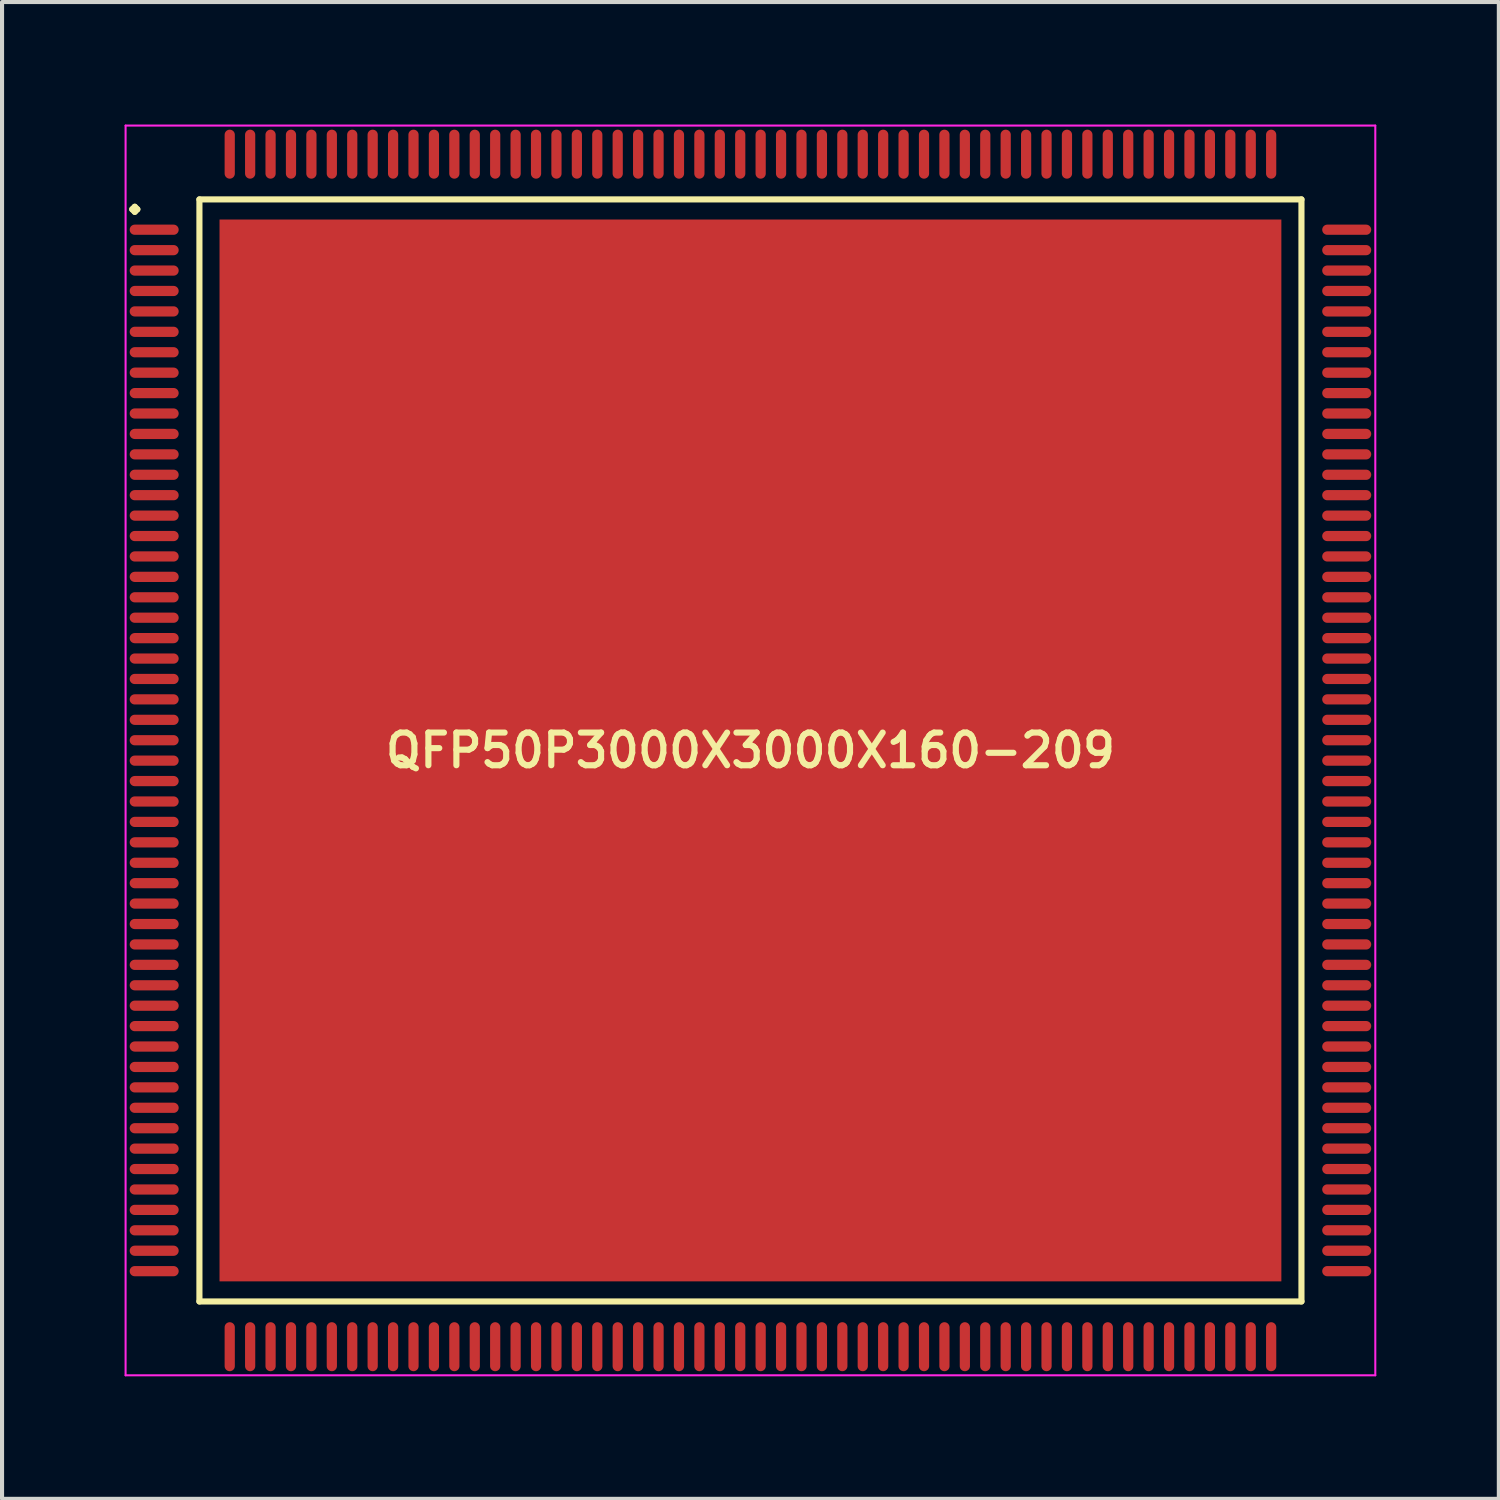
<source format=kicad_pcb>
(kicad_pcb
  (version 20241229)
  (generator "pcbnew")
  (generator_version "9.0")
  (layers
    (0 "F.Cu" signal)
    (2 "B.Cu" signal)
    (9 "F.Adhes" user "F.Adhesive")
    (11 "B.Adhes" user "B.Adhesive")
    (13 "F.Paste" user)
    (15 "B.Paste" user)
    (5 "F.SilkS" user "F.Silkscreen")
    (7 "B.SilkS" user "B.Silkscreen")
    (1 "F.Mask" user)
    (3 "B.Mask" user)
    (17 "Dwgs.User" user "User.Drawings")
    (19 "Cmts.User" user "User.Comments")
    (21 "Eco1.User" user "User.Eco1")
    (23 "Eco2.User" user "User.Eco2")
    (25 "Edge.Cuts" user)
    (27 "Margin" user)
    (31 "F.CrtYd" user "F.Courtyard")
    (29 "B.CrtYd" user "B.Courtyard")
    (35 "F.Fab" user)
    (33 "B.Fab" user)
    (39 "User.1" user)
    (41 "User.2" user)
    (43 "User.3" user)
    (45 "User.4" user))
  (footprint "QFP50P3000X3000X160-209"
    (layer "F.Cu")
    (at 15.325 15.325)
    (property "Reference" "QFP50P3000X3000X160-209" (at 0 0 0) (layer "F.SilkS") (effects (font (size 0.8 0.8) (thickness 0.15))))
    (attr smd)
    (fp_line (start -15.137 -13.25) (end -15.075 -13.312) (stroke (width 0.15) (type solid)) (layer "F.SilkS"))
    (fp_line (start -15.075 -13.312) (end -15.012 -13.25) (stroke (width 0.15) (type solid)) (layer "F.SilkS"))
    (fp_line (start -15.075 -13.188) (end -15.137 -13.25) (stroke (width 0.15) (type solid)) (layer "F.SilkS"))
    (fp_line (start -15.012 -13.25) (end -15.075 -13.188) (stroke (width 0.15) (type solid)) (layer "F.SilkS"))
    (fp_line (start -13.492 -13.492) (end -13.492 13.492) (stroke (width 0.15) (type solid)) (layer "F.SilkS"))
    (fp_line (start -13.492 13.492) (end 13.492 13.492) (stroke (width 0.15) (type solid)) (layer "F.SilkS"))
    (fp_line (start 13.492 -13.492) (end -13.492 -13.492) (stroke (width 0.15) (type solid)) (layer "F.SilkS"))
    (fp_line (start 13.492 13.492) (end 13.492 -13.492) (stroke (width 0.15) (type solid)) (layer "F.SilkS"))
    (fp_line (start -15.3 -15.3) (end 15.3 -15.3) (stroke (width 0.05) (type solid)) (layer "F.CrtYd"))
    (fp_line (start -15.3 15.3) (end -15.3 -15.3) (stroke (width 0.05) (type solid)) (layer "F.CrtYd"))
    (fp_line (start 15.3 -15.3) (end 15.3 15.3) (stroke (width 0.05) (type solid)) (layer "F.CrtYd"))
    (fp_line (start 15.3 15.3) (end -15.3 15.3) (stroke (width 0.05) (type solid)) (layer "F.CrtYd"))
    (pad "1" smd oval (at -14.6 -12.75) (size 1.2 0.25) (layers "F.Cu" "F.Mask" "F.Paste"))
    (pad "2" smd oval (at -14.6 -12.25) (size 1.2 0.25) (layers "F.Cu" "F.Mask" "F.Paste"))
    (pad "3" smd oval (at -14.6 -11.75) (size 1.2 0.25) (layers "F.Cu" "F.Mask" "F.Paste"))
    (pad "4" smd oval (at -14.6 -11.25) (size 1.2 0.25) (layers "F.Cu" "F.Mask" "F.Paste"))
    (pad "5" smd oval (at -14.6 -10.75) (size 1.2 0.25) (layers "F.Cu" "F.Mask" "F.Paste"))
    (pad "6" smd oval (at -14.6 -10.25) (size 1.2 0.25) (layers "F.Cu" "F.Mask" "F.Paste"))
    (pad "7" smd oval (at -14.6 -9.75) (size 1.2 0.25) (layers "F.Cu" "F.Mask" "F.Paste"))
    (pad "8" smd oval (at -14.6 -9.25) (size 1.2 0.25) (layers "F.Cu" "F.Mask" "F.Paste"))
    (pad "9" smd oval (at -14.6 -8.75) (size 1.2 0.25) (layers "F.Cu" "F.Mask" "F.Paste"))
    (pad "10" smd oval (at -14.6 -8.25) (size 1.2 0.25) (layers "F.Cu" "F.Mask" "F.Paste"))
    (pad "11" smd oval (at -14.6 -7.75) (size 1.2 0.25) (layers "F.Cu" "F.Mask" "F.Paste"))
    (pad "12" smd oval (at -14.6 -7.25) (size 1.2 0.25) (layers "F.Cu" "F.Mask" "F.Paste"))
    (pad "13" smd oval (at -14.6 -6.75) (size 1.2 0.25) (layers "F.Cu" "F.Mask" "F.Paste"))
    (pad "14" smd oval (at -14.6 -6.25) (size 1.2 0.25) (layers "F.Cu" "F.Mask" "F.Paste"))
    (pad "15" smd oval (at -14.6 -5.75) (size 1.2 0.25) (layers "F.Cu" "F.Mask" "F.Paste"))
    (pad "16" smd oval (at -14.6 -5.25) (size 1.2 0.25) (layers "F.Cu" "F.Mask" "F.Paste"))
    (pad "17" smd oval (at -14.6 -4.75) (size 1.2 0.25) (layers "F.Cu" "F.Mask" "F.Paste"))
    (pad "18" smd oval (at -14.6 -4.25) (size 1.2 0.25) (layers "F.Cu" "F.Mask" "F.Paste"))
    (pad "19" smd oval (at -14.6 -3.75) (size 1.2 0.25) (layers "F.Cu" "F.Mask" "F.Paste"))
    (pad "20" smd oval (at -14.6 -3.25) (size 1.2 0.25) (layers "F.Cu" "F.Mask" "F.Paste"))
    (pad "21" smd oval (at -14.6 -2.75) (size 1.2 0.25) (layers "F.Cu" "F.Mask" "F.Paste"))
    (pad "22" smd oval (at -14.6 -2.25) (size 1.2 0.25) (layers "F.Cu" "F.Mask" "F.Paste"))
    (pad "23" smd oval (at -14.6 -1.75) (size 1.2 0.25) (layers "F.Cu" "F.Mask" "F.Paste"))
    (pad "24" smd oval (at -14.6 -1.25) (size 1.2 0.25) (layers "F.Cu" "F.Mask" "F.Paste"))
    (pad "25" smd oval (at -14.6 -0.75) (size 1.2 0.25) (layers "F.Cu" "F.Mask" "F.Paste"))
    (pad "26" smd oval (at -14.6 -0.25) (size 1.2 0.25) (layers "F.Cu" "F.Mask" "F.Paste"))
    (pad "27" smd oval (at -14.6 0.25) (size 1.2 0.25) (layers "F.Cu" "F.Mask" "F.Paste"))
    (pad "28" smd oval (at -14.6 0.75) (size 1.2 0.25) (layers "F.Cu" "F.Mask" "F.Paste"))
    (pad "29" smd oval (at -14.6 1.25) (size 1.2 0.25) (layers "F.Cu" "F.Mask" "F.Paste"))
    (pad "30" smd oval (at -14.6 1.75) (size 1.2 0.25) (layers "F.Cu" "F.Mask" "F.Paste"))
    (pad "31" smd oval (at -14.6 2.25) (size 1.2 0.25) (layers "F.Cu" "F.Mask" "F.Paste"))
    (pad "32" smd oval (at -14.6 2.75) (size 1.2 0.25) (layers "F.Cu" "F.Mask" "F.Paste"))
    (pad "33" smd oval (at -14.6 3.25) (size 1.2 0.25) (layers "F.Cu" "F.Mask" "F.Paste"))
    (pad "34" smd oval (at -14.6 3.75) (size 1.2 0.25) (layers "F.Cu" "F.Mask" "F.Paste"))
    (pad "35" smd oval (at -14.6 4.25) (size 1.2 0.25) (layers "F.Cu" "F.Mask" "F.Paste"))
    (pad "36" smd oval (at -14.6 4.75) (size 1.2 0.25) (layers "F.Cu" "F.Mask" "F.Paste"))
    (pad "37" smd oval (at -14.6 5.25) (size 1.2 0.25) (layers "F.Cu" "F.Mask" "F.Paste"))
    (pad "38" smd oval (at -14.6 5.75) (size 1.2 0.25) (layers "F.Cu" "F.Mask" "F.Paste"))
    (pad "39" smd oval (at -14.6 6.25) (size 1.2 0.25) (layers "F.Cu" "F.Mask" "F.Paste"))
    (pad "40" smd oval (at -14.6 6.75) (size 1.2 0.25) (layers "F.Cu" "F.Mask" "F.Paste"))
    (pad "41" smd oval (at -14.6 7.25) (size 1.2 0.25) (layers "F.Cu" "F.Mask" "F.Paste"))
    (pad "42" smd oval (at -14.6 7.75) (size 1.2 0.25) (layers "F.Cu" "F.Mask" "F.Paste"))
    (pad "43" smd oval (at -14.6 8.25) (size 1.2 0.25) (layers "F.Cu" "F.Mask" "F.Paste"))
    (pad "44" smd oval (at -14.6 8.75) (size 1.2 0.25) (layers "F.Cu" "F.Mask" "F.Paste"))
    (pad "45" smd oval (at -14.6 9.25) (size 1.2 0.25) (layers "F.Cu" "F.Mask" "F.Paste"))
    (pad "46" smd oval (at -14.6 9.75) (size 1.2 0.25) (layers "F.Cu" "F.Mask" "F.Paste"))
    (pad "47" smd oval (at -14.6 10.25) (size 1.2 0.25) (layers "F.Cu" "F.Mask" "F.Paste"))
    (pad "48" smd oval (at -14.6 10.75) (size 1.2 0.25) (layers "F.Cu" "F.Mask" "F.Paste"))
    (pad "49" smd oval (at -14.6 11.25) (size 1.2 0.25) (layers "F.Cu" "F.Mask" "F.Paste"))
    (pad "50" smd oval (at -14.6 11.75) (size 1.2 0.25) (layers "F.Cu" "F.Mask" "F.Paste"))
    (pad "51" smd oval (at -14.6 12.25) (size 1.2 0.25) (layers "F.Cu" "F.Mask" "F.Paste"))
    (pad "52" smd oval (at -14.6 12.75) (size 1.2 0.25) (layers "F.Cu" "F.Mask" "F.Paste"))
    (pad "53" smd oval (at -12.75 14.6) (size 0.25 1.2) (layers "F.Cu" "F.Mask" "F.Paste"))
    (pad "54" smd oval (at -12.25 14.6) (size 0.25 1.2) (layers "F.Cu" "F.Mask" "F.Paste"))
    (pad "55" smd oval (at -11.75 14.6) (size 0.25 1.2) (layers "F.Cu" "F.Mask" "F.Paste"))
    (pad "56" smd oval (at -11.25 14.6) (size 0.25 1.2) (layers "F.Cu" "F.Mask" "F.Paste"))
    (pad "57" smd oval (at -10.75 14.6) (size 0.25 1.2) (layers "F.Cu" "F.Mask" "F.Paste"))
    (pad "58" smd oval (at -10.25 14.6) (size 0.25 1.2) (layers "F.Cu" "F.Mask" "F.Paste"))
    (pad "59" smd oval (at -9.75 14.6) (size 0.25 1.2) (layers "F.Cu" "F.Mask" "F.Paste"))
    (pad "60" smd oval (at -9.25 14.6) (size 0.25 1.2) (layers "F.Cu" "F.Mask" "F.Paste"))
    (pad "61" smd oval (at -8.75 14.6) (size 0.25 1.2) (layers "F.Cu" "F.Mask" "F.Paste"))
    (pad "62" smd oval (at -8.25 14.6) (size 0.25 1.2) (layers "F.Cu" "F.Mask" "F.Paste"))
    (pad "63" smd oval (at -7.75 14.6) (size 0.25 1.2) (layers "F.Cu" "F.Mask" "F.Paste"))
    (pad "64" smd oval (at -7.25 14.6) (size 0.25 1.2) (layers "F.Cu" "F.Mask" "F.Paste"))
    (pad "65" smd oval (at -6.75 14.6) (size 0.25 1.2) (layers "F.Cu" "F.Mask" "F.Paste"))
    (pad "66" smd oval (at -6.25 14.6) (size 0.25 1.2) (layers "F.Cu" "F.Mask" "F.Paste"))
    (pad "67" smd oval (at -5.75 14.6) (size 0.25 1.2) (layers "F.Cu" "F.Mask" "F.Paste"))
    (pad "68" smd oval (at -5.25 14.6) (size 0.25 1.2) (layers "F.Cu" "F.Mask" "F.Paste"))
    (pad "69" smd oval (at -4.75 14.6) (size 0.25 1.2) (layers "F.Cu" "F.Mask" "F.Paste"))
    (pad "70" smd oval (at -4.25 14.6) (size 0.25 1.2) (layers "F.Cu" "F.Mask" "F.Paste"))
    (pad "71" smd oval (at -3.75 14.6) (size 0.25 1.2) (layers "F.Cu" "F.Mask" "F.Paste"))
    (pad "72" smd oval (at -3.25 14.6) (size 0.25 1.2) (layers "F.Cu" "F.Mask" "F.Paste"))
    (pad "73" smd oval (at -2.75 14.6) (size 0.25 1.2) (layers "F.Cu" "F.Mask" "F.Paste"))
    (pad "74" smd oval (at -2.25 14.6) (size 0.25 1.2) (layers "F.Cu" "F.Mask" "F.Paste"))
    (pad "75" smd oval (at -1.75 14.6) (size 0.25 1.2) (layers "F.Cu" "F.Mask" "F.Paste"))
    (pad "76" smd oval (at -1.25 14.6) (size 0.25 1.2) (layers "F.Cu" "F.Mask" "F.Paste"))
    (pad "77" smd oval (at -0.75 14.6) (size 0.25 1.2) (layers "F.Cu" "F.Mask" "F.Paste"))
    (pad "78" smd oval (at -0.25 14.6) (size 0.25 1.2) (layers "F.Cu" "F.Mask" "F.Paste"))
    (pad "79" smd oval (at 0.25 14.6) (size 0.25 1.2) (layers "F.Cu" "F.Mask" "F.Paste"))
    (pad "80" smd oval (at 0.75 14.6) (size 0.25 1.2) (layers "F.Cu" "F.Mask" "F.Paste"))
    (pad "81" smd oval (at 1.25 14.6) (size 0.25 1.2) (layers "F.Cu" "F.Mask" "F.Paste"))
    (pad "82" smd oval (at 1.75 14.6) (size 0.25 1.2) (layers "F.Cu" "F.Mask" "F.Paste"))
    (pad "83" smd oval (at 2.25 14.6) (size 0.25 1.2) (layers "F.Cu" "F.Mask" "F.Paste"))
    (pad "84" smd oval (at 2.75 14.6) (size 0.25 1.2) (layers "F.Cu" "F.Mask" "F.Paste"))
    (pad "85" smd oval (at 3.25 14.6) (size 0.25 1.2) (layers "F.Cu" "F.Mask" "F.Paste"))
    (pad "86" smd oval (at 3.75 14.6) (size 0.25 1.2) (layers "F.Cu" "F.Mask" "F.Paste"))
    (pad "87" smd oval (at 4.25 14.6) (size 0.25 1.2) (layers "F.Cu" "F.Mask" "F.Paste"))
    (pad "88" smd oval (at 4.75 14.6) (size 0.25 1.2) (layers "F.Cu" "F.Mask" "F.Paste"))
    (pad "89" smd oval (at 5.25 14.6) (size 0.25 1.2) (layers "F.Cu" "F.Mask" "F.Paste"))
    (pad "90" smd oval (at 5.75 14.6) (size 0.25 1.2) (layers "F.Cu" "F.Mask" "F.Paste"))
    (pad "91" smd oval (at 6.25 14.6) (size 0.25 1.2) (layers "F.Cu" "F.Mask" "F.Paste"))
    (pad "92" smd oval (at 6.75 14.6) (size 0.25 1.2) (layers "F.Cu" "F.Mask" "F.Paste"))
    (pad "93" smd oval (at 7.25 14.6) (size 0.25 1.2) (layers "F.Cu" "F.Mask" "F.Paste"))
    (pad "94" smd oval (at 7.75 14.6) (size 0.25 1.2) (layers "F.Cu" "F.Mask" "F.Paste"))
    (pad "95" smd oval (at 8.25 14.6) (size 0.25 1.2) (layers "F.Cu" "F.Mask" "F.Paste"))
    (pad "96" smd oval (at 8.75 14.6) (size 0.25 1.2) (layers "F.Cu" "F.Mask" "F.Paste"))
    (pad "97" smd oval (at 9.25 14.6) (size 0.25 1.2) (layers "F.Cu" "F.Mask" "F.Paste"))
    (pad "98" smd oval (at 9.75 14.6) (size 0.25 1.2) (layers "F.Cu" "F.Mask" "F.Paste"))
    (pad "99" smd oval (at 10.25 14.6) (size 0.25 1.2) (layers "F.Cu" "F.Mask" "F.Paste"))
    (pad "100" smd oval (at 10.75 14.6) (size 0.25 1.2) (layers "F.Cu" "F.Mask" "F.Paste"))
    (pad "101" smd oval (at 11.25 14.6) (size 0.25 1.2) (layers "F.Cu" "F.Mask" "F.Paste"))
    (pad "102" smd oval (at 11.75 14.6) (size 0.25 1.2) (layers "F.Cu" "F.Mask" "F.Paste"))
    (pad "103" smd oval (at 12.25 14.6) (size 0.25 1.2) (layers "F.Cu" "F.Mask" "F.Paste"))
    (pad "104" smd oval (at 12.75 14.6) (size 0.25 1.2) (layers "F.Cu" "F.Mask" "F.Paste"))
    (pad "105" smd oval (at 14.6 12.75) (size 1.2 0.25) (layers "F.Cu" "F.Mask" "F.Paste"))
    (pad "106" smd oval (at 14.6 12.25) (size 1.2 0.25) (layers "F.Cu" "F.Mask" "F.Paste"))
    (pad "107" smd oval (at 14.6 11.75) (size 1.2 0.25) (layers "F.Cu" "F.Mask" "F.Paste"))
    (pad "108" smd oval (at 14.6 11.25) (size 1.2 0.25) (layers "F.Cu" "F.Mask" "F.Paste"))
    (pad "109" smd oval (at 14.6 10.75) (size 1.2 0.25) (layers "F.Cu" "F.Mask" "F.Paste"))
    (pad "110" smd oval (at 14.6 10.25) (size 1.2 0.25) (layers "F.Cu" "F.Mask" "F.Paste"))
    (pad "111" smd oval (at 14.6 9.75) (size 1.2 0.25) (layers "F.Cu" "F.Mask" "F.Paste"))
    (pad "112" smd oval (at 14.6 9.25) (size 1.2 0.25) (layers "F.Cu" "F.Mask" "F.Paste"))
    (pad "113" smd oval (at 14.6 8.75) (size 1.2 0.25) (layers "F.Cu" "F.Mask" "F.Paste"))
    (pad "114" smd oval (at 14.6 8.25) (size 1.2 0.25) (layers "F.Cu" "F.Mask" "F.Paste"))
    (pad "115" smd oval (at 14.6 7.75) (size 1.2 0.25) (layers "F.Cu" "F.Mask" "F.Paste"))
    (pad "116" smd oval (at 14.6 7.25) (size 1.2 0.25) (layers "F.Cu" "F.Mask" "F.Paste"))
    (pad "117" smd oval (at 14.6 6.75) (size 1.2 0.25) (layers "F.Cu" "F.Mask" "F.Paste"))
    (pad "118" smd oval (at 14.6 6.25) (size 1.2 0.25) (layers "F.Cu" "F.Mask" "F.Paste"))
    (pad "119" smd oval (at 14.6 5.75) (size 1.2 0.25) (layers "F.Cu" "F.Mask" "F.Paste"))
    (pad "120" smd oval (at 14.6 5.25) (size 1.2 0.25) (layers "F.Cu" "F.Mask" "F.Paste"))
    (pad "121" smd oval (at 14.6 4.75) (size 1.2 0.25) (layers "F.Cu" "F.Mask" "F.Paste"))
    (pad "122" smd oval (at 14.6 4.25) (size 1.2 0.25) (layers "F.Cu" "F.Mask" "F.Paste"))
    (pad "123" smd oval (at 14.6 3.75) (size 1.2 0.25) (layers "F.Cu" "F.Mask" "F.Paste"))
    (pad "124" smd oval (at 14.6 3.25) (size 1.2 0.25) (layers "F.Cu" "F.Mask" "F.Paste"))
    (pad "125" smd oval (at 14.6 2.75) (size 1.2 0.25) (layers "F.Cu" "F.Mask" "F.Paste"))
    (pad "126" smd oval (at 14.6 2.25) (size 1.2 0.25) (layers "F.Cu" "F.Mask" "F.Paste"))
    (pad "127" smd oval (at 14.6 1.75) (size 1.2 0.25) (layers "F.Cu" "F.Mask" "F.Paste"))
    (pad "128" smd oval (at 14.6 1.25) (size 1.2 0.25) (layers "F.Cu" "F.Mask" "F.Paste"))
    (pad "129" smd oval (at 14.6 0.75) (size 1.2 0.25) (layers "F.Cu" "F.Mask" "F.Paste"))
    (pad "130" smd oval (at 14.6 0.25) (size 1.2 0.25) (layers "F.Cu" "F.Mask" "F.Paste"))
    (pad "131" smd oval (at 14.6 -0.25) (size 1.2 0.25) (layers "F.Cu" "F.Mask" "F.Paste"))
    (pad "132" smd oval (at 14.6 -0.75) (size 1.2 0.25) (layers "F.Cu" "F.Mask" "F.Paste"))
    (pad "133" smd oval (at 14.6 -1.25) (size 1.2 0.25) (layers "F.Cu" "F.Mask" "F.Paste"))
    (pad "134" smd oval (at 14.6 -1.75) (size 1.2 0.25) (layers "F.Cu" "F.Mask" "F.Paste"))
    (pad "135" smd oval (at 14.6 -2.25) (size 1.2 0.25) (layers "F.Cu" "F.Mask" "F.Paste"))
    (pad "136" smd oval (at 14.6 -2.75) (size 1.2 0.25) (layers "F.Cu" "F.Mask" "F.Paste"))
    (pad "137" smd oval (at 14.6 -3.25) (size 1.2 0.25) (layers "F.Cu" "F.Mask" "F.Paste"))
    (pad "138" smd oval (at 14.6 -3.75) (size 1.2 0.25) (layers "F.Cu" "F.Mask" "F.Paste"))
    (pad "139" smd oval (at 14.6 -4.25) (size 1.2 0.25) (layers "F.Cu" "F.Mask" "F.Paste"))
    (pad "140" smd oval (at 14.6 -4.75) (size 1.2 0.25) (layers "F.Cu" "F.Mask" "F.Paste"))
    (pad "141" smd oval (at 14.6 -5.25) (size 1.2 0.25) (layers "F.Cu" "F.Mask" "F.Paste"))
    (pad "142" smd oval (at 14.6 -5.75) (size 1.2 0.25) (layers "F.Cu" "F.Mask" "F.Paste"))
    (pad "143" smd oval (at 14.6 -6.25) (size 1.2 0.25) (layers "F.Cu" "F.Mask" "F.Paste"))
    (pad "144" smd oval (at 14.6 -6.75) (size 1.2 0.25) (layers "F.Cu" "F.Mask" "F.Paste"))
    (pad "145" smd oval (at 14.6 -7.25) (size 1.2 0.25) (layers "F.Cu" "F.Mask" "F.Paste"))
    (pad "146" smd oval (at 14.6 -7.75) (size 1.2 0.25) (layers "F.Cu" "F.Mask" "F.Paste"))
    (pad "147" smd oval (at 14.6 -8.25) (size 1.2 0.25) (layers "F.Cu" "F.Mask" "F.Paste"))
    (pad "148" smd oval (at 14.6 -8.75) (size 1.2 0.25) (layers "F.Cu" "F.Mask" "F.Paste"))
    (pad "149" smd oval (at 14.6 -9.25) (size 1.2 0.25) (layers "F.Cu" "F.Mask" "F.Paste"))
    (pad "150" smd oval (at 14.6 -9.75) (size 1.2 0.25) (layers "F.Cu" "F.Mask" "F.Paste"))
    (pad "151" smd oval (at 14.6 -10.25) (size 1.2 0.25) (layers "F.Cu" "F.Mask" "F.Paste"))
    (pad "152" smd oval (at 14.6 -10.75) (size 1.2 0.25) (layers "F.Cu" "F.Mask" "F.Paste"))
    (pad "153" smd oval (at 14.6 -11.25) (size 1.2 0.25) (layers "F.Cu" "F.Mask" "F.Paste"))
    (pad "154" smd oval (at 14.6 -11.75) (size 1.2 0.25) (layers "F.Cu" "F.Mask" "F.Paste"))
    (pad "155" smd oval (at 14.6 -12.25) (size 1.2 0.25) (layers "F.Cu" "F.Mask" "F.Paste"))
    (pad "156" smd oval (at 14.6 -12.75) (size 1.2 0.25) (layers "F.Cu" "F.Mask" "F.Paste"))
    (pad "157" smd oval (at 12.75 -14.6) (size 0.25 1.2) (layers "F.Cu" "F.Mask" "F.Paste"))
    (pad "158" smd oval (at 12.25 -14.6) (size 0.25 1.2) (layers "F.Cu" "F.Mask" "F.Paste"))
    (pad "159" smd oval (at 11.75 -14.6) (size 0.25 1.2) (layers "F.Cu" "F.Mask" "F.Paste"))
    (pad "160" smd oval (at 11.25 -14.6) (size 0.25 1.2) (layers "F.Cu" "F.Mask" "F.Paste"))
    (pad "161" smd oval (at 10.75 -14.6) (size 0.25 1.2) (layers "F.Cu" "F.Mask" "F.Paste"))
    (pad "162" smd oval (at 10.25 -14.6) (size 0.25 1.2) (layers "F.Cu" "F.Mask" "F.Paste"))
    (pad "163" smd oval (at 9.75 -14.6) (size 0.25 1.2) (layers "F.Cu" "F.Mask" "F.Paste"))
    (pad "164" smd oval (at 9.25 -14.6) (size 0.25 1.2) (layers "F.Cu" "F.Mask" "F.Paste"))
    (pad "165" smd oval (at 8.75 -14.6) (size 0.25 1.2) (layers "F.Cu" "F.Mask" "F.Paste"))
    (pad "166" smd oval (at 8.25 -14.6) (size 0.25 1.2) (layers "F.Cu" "F.Mask" "F.Paste"))
    (pad "167" smd oval (at 7.75 -14.6) (size 0.25 1.2) (layers "F.Cu" "F.Mask" "F.Paste"))
    (pad "168" smd oval (at 7.25 -14.6) (size 0.25 1.2) (layers "F.Cu" "F.Mask" "F.Paste"))
    (pad "169" smd oval (at 6.75 -14.6) (size 0.25 1.2) (layers "F.Cu" "F.Mask" "F.Paste"))
    (pad "170" smd oval (at 6.25 -14.6) (size 0.25 1.2) (layers "F.Cu" "F.Mask" "F.Paste"))
    (pad "171" smd oval (at 5.75 -14.6) (size 0.25 1.2) (layers "F.Cu" "F.Mask" "F.Paste"))
    (pad "172" smd oval (at 5.25 -14.6) (size 0.25 1.2) (layers "F.Cu" "F.Mask" "F.Paste"))
    (pad "173" smd oval (at 4.75 -14.6) (size 0.25 1.2) (layers "F.Cu" "F.Mask" "F.Paste"))
    (pad "174" smd oval (at 4.25 -14.6) (size 0.25 1.2) (layers "F.Cu" "F.Mask" "F.Paste"))
    (pad "175" smd oval (at 3.75 -14.6) (size 0.25 1.2) (layers "F.Cu" "F.Mask" "F.Paste"))
    (pad "176" smd oval (at 3.25 -14.6) (size 0.25 1.2) (layers "F.Cu" "F.Mask" "F.Paste"))
    (pad "177" smd oval (at 2.75 -14.6) (size 0.25 1.2) (layers "F.Cu" "F.Mask" "F.Paste"))
    (pad "178" smd oval (at 2.25 -14.6) (size 0.25 1.2) (layers "F.Cu" "F.Mask" "F.Paste"))
    (pad "179" smd oval (at 1.75 -14.6) (size 0.25 1.2) (layers "F.Cu" "F.Mask" "F.Paste"))
    (pad "180" smd oval (at 1.25 -14.6) (size 0.25 1.2) (layers "F.Cu" "F.Mask" "F.Paste"))
    (pad "181" smd oval (at 0.75 -14.6) (size 0.25 1.2) (layers "F.Cu" "F.Mask" "F.Paste"))
    (pad "182" smd oval (at 0.25 -14.6) (size 0.25 1.2) (layers "F.Cu" "F.Mask" "F.Paste"))
    (pad "183" smd oval (at -0.25 -14.6) (size 0.25 1.2) (layers "F.Cu" "F.Mask" "F.Paste"))
    (pad "184" smd oval (at -0.75 -14.6) (size 0.25 1.2) (layers "F.Cu" "F.Mask" "F.Paste"))
    (pad "185" smd oval (at -1.25 -14.6) (size 0.25 1.2) (layers "F.Cu" "F.Mask" "F.Paste"))
    (pad "186" smd oval (at -1.75 -14.6) (size 0.25 1.2) (layers "F.Cu" "F.Mask" "F.Paste"))
    (pad "187" smd oval (at -2.25 -14.6) (size 0.25 1.2) (layers "F.Cu" "F.Mask" "F.Paste"))
    (pad "188" smd oval (at -2.75 -14.6) (size 0.25 1.2) (layers "F.Cu" "F.Mask" "F.Paste"))
    (pad "189" smd oval (at -3.25 -14.6) (size 0.25 1.2) (layers "F.Cu" "F.Mask" "F.Paste"))
    (pad "190" smd oval (at -3.75 -14.6) (size 0.25 1.2) (layers "F.Cu" "F.Mask" "F.Paste"))
    (pad "191" smd oval (at -4.25 -14.6) (size 0.25 1.2) (layers "F.Cu" "F.Mask" "F.Paste"))
    (pad "192" smd oval (at -4.75 -14.6) (size 0.25 1.2) (layers "F.Cu" "F.Mask" "F.Paste"))
    (pad "193" smd oval (at -5.25 -14.6) (size 0.25 1.2) (layers "F.Cu" "F.Mask" "F.Paste"))
    (pad "194" smd oval (at -5.75 -14.6) (size 0.25 1.2) (layers "F.Cu" "F.Mask" "F.Paste"))
    (pad "195" smd oval (at -6.25 -14.6) (size 0.25 1.2) (layers "F.Cu" "F.Mask" "F.Paste"))
    (pad "196" smd oval (at -6.75 -14.6) (size 0.25 1.2) (layers "F.Cu" "F.Mask" "F.Paste"))
    (pad "197" smd oval (at -7.25 -14.6) (size 0.25 1.2) (layers "F.Cu" "F.Mask" "F.Paste"))
    (pad "198" smd oval (at -7.75 -14.6) (size 0.25 1.2) (layers "F.Cu" "F.Mask" "F.Paste"))
    (pad "199" smd oval (at -8.25 -14.6) (size 0.25 1.2) (layers "F.Cu" "F.Mask" "F.Paste"))
    (pad "200" smd oval (at -8.75 -14.6) (size 0.25 1.2) (layers "F.Cu" "F.Mask" "F.Paste"))
    (pad "201" smd oval (at -9.25 -14.6) (size 0.25 1.2) (layers "F.Cu" "F.Mask" "F.Paste"))
    (pad "202" smd oval (at -9.75 -14.6) (size 0.25 1.2) (layers "F.Cu" "F.Mask" "F.Paste"))
    (pad "203" smd oval (at -10.25 -14.6) (size 0.25 1.2) (layers "F.Cu" "F.Mask" "F.Paste"))
    (pad "204" smd oval (at -10.75 -14.6) (size 0.25 1.2) (layers "F.Cu" "F.Mask" "F.Paste"))
    (pad "205" smd oval (at -11.25 -14.6) (size 0.25 1.2) (layers "F.Cu" "F.Mask" "F.Paste"))
    (pad "206" smd oval (at -11.75 -14.6) (size 0.25 1.2) (layers "F.Cu" "F.Mask" "F.Paste"))
    (pad "207" smd oval (at -12.25 -14.6) (size 0.25 1.2) (layers "F.Cu" "F.Mask" "F.Paste"))
    (pad "208" smd oval (at -12.75 -14.6) (size 0.25 1.2) (layers "F.Cu" "F.Mask" "F.Paste"))
    (pad "209" smd rect (at 0 0) (size 26 26) (layers "F.Cu" "F.Mask" "F.Paste")))
  (gr_rect
    (start -3 -3)
    (end 33.65 33.65)
    (stroke (width 0.1) (type default))
    (fill no)
    (layer "Edge.Cuts")))
</source>
